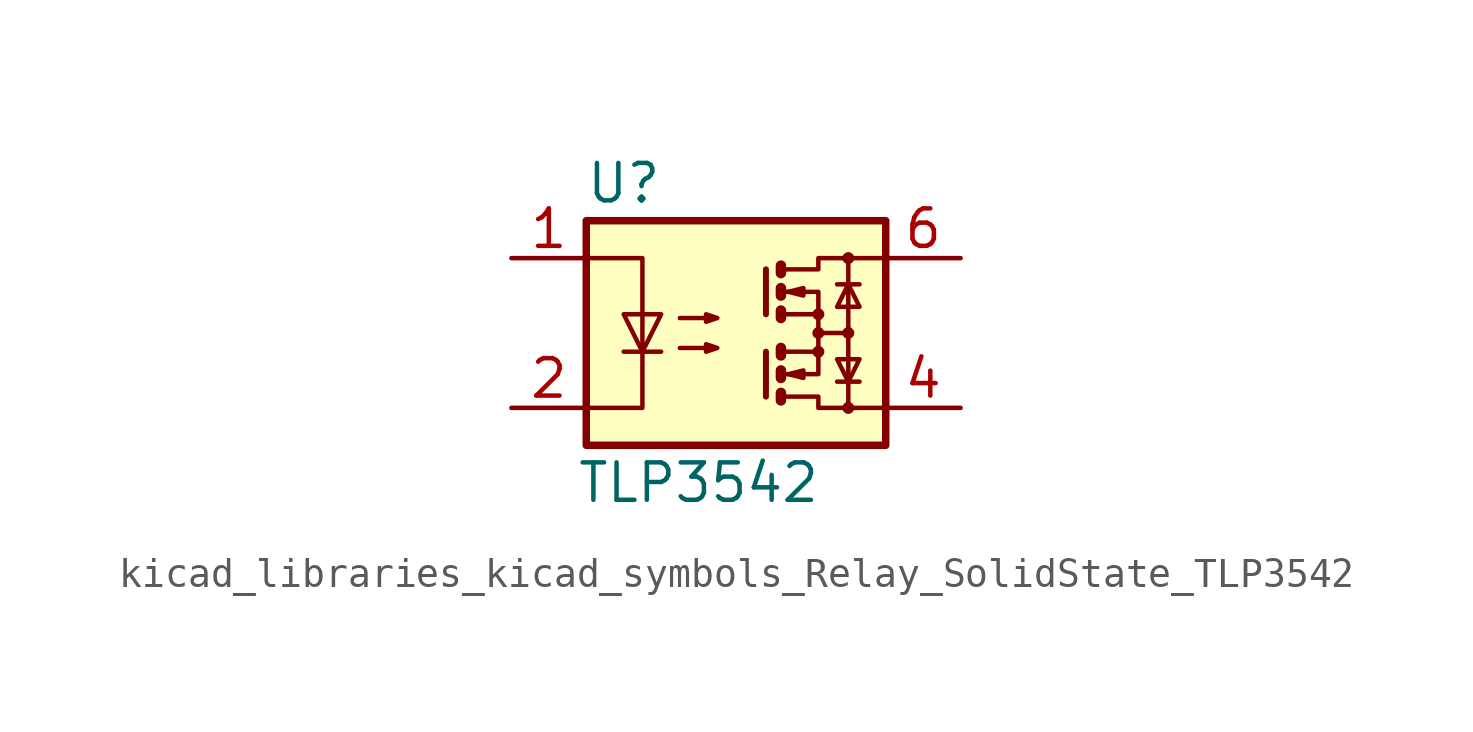
<source format=kicad_sym>
(kicad_symbol_lib
  (version 20220914)
  (generator kicad_symbol_editor)
  (symbol "kicad_libraries_kicad_symbols_Relay_SolidState_TLP3542"
    (property "Reference" "U"
      (at -3.81 5.08 0)
      (effects (font (size 1.27 1.27))))
    (property "Value" "TLP3542"
      (at -1.27 -5.08 0)
      (effects (font (size 1.27 1.27))))
    (symbol "kicad_libraries_kicad_symbols_Relay_SolidState_TLP3542_0_1"
      (rectangle (start -5.08 3.81) (end 5.08 -3.81) (stroke (width 0.254) (type default)) (fill (type background)))
      (polyline (pts (xy -3.81 -0.635) (xy -2.54 -0.635)) (stroke (width 0) (type default)) (fill (type none)))
      (polyline (pts (xy 1.016 -0.635) (xy 1.016 -2.159)) (stroke (width 0.203) (type default)) (fill (type none)))
      (polyline (pts (xy 1.016 2.159) (xy 1.016 0.635)) (stroke (width 0.203) (type default)) (fill (type none)))
      (polyline (pts (xy 1.524 -0.508) (xy 1.524 -0.762)) (stroke (width 0.356) (type default)) (fill (type none)))
      (polyline (pts (xy 2.794 0) (xy 3.81 0)) (stroke (width 0) (type default)) (fill (type none)))
      (polyline (pts (xy 3.429 -1.651) (xy 4.191 -1.651)) (stroke (width 0) (type default)) (fill (type none)))
      (polyline (pts (xy 3.429 1.651) (xy 4.191 1.651)) (stroke (width 0) (type default)) (fill (type none)))
      (polyline (pts (xy 3.81 -2.54) (xy 3.81 2.54)) (stroke (width 0) (type default)) (fill (type none)))
      (polyline (pts (xy 1.524 -2.032) (xy 1.524 -2.286) (xy 1.524 -2.286)) (stroke (width 0.356) (type default)) (fill (type none)))
      (polyline (pts (xy 1.524 -1.27) (xy 1.524 -1.524) (xy 1.524 -1.524)) (stroke (width 0.356) (type default)) (fill (type none)))
      (polyline (pts (xy 1.524 0.762) (xy 1.524 0.508) (xy 1.524 0.508)) (stroke (width 0.356) (type default)) (fill (type none)))
      (polyline (pts (xy 1.524 1.524) (xy 1.524 1.27) (xy 1.524 1.27)) (stroke (width 0.356) (type default)) (fill (type none)))
      (polyline (pts (xy 1.524 2.286) (xy 1.524 2.032) (xy 1.524 2.032)) (stroke (width 0.356) (type default)) (fill (type none)))
      (polyline (pts (xy 1.651 -1.397) (xy 2.794 -1.397) (xy 2.794 -0.635)) (stroke (width 0) (type default)) (fill (type none)))
      (polyline (pts (xy 1.651 1.397) (xy 2.794 1.397) (xy 2.794 0.635)) (stroke (width 0) (type default)) (fill (type none)))
      (polyline (pts (xy -5.08 2.54) (xy -3.175 2.54) (xy -3.175 -2.54) (xy -5.08 -2.54)) (stroke (width 0) (type default)) (fill (type none)))
      (polyline (pts (xy -3.175 -0.635) (xy -3.81 0.635) (xy -2.54 0.635) (xy -3.175 -0.635)) (stroke (width 0) (type default)) (fill (type none)))
      (polyline (pts (xy 1.651 -2.159) (xy 2.794 -2.159) (xy 2.794 -2.54) (xy 5.08 -2.54)) (stroke (width 0) (type default)) (fill (type none)))
      (polyline (pts (xy 1.651 -0.635) (xy 2.794 -0.635) (xy 2.794 0.635) (xy 1.651 0.635)) (stroke (width 0) (type default)) (fill (type none)))
      (polyline (pts (xy 1.651 2.159) (xy 2.794 2.159) (xy 2.794 2.54) (xy 5.08 2.54)) (stroke (width 0) (type default)) (fill (type none)))
      (polyline (pts (xy 1.778 -1.397) (xy 2.286 -1.27) (xy 2.286 -1.524) (xy 1.778 -1.397)) (stroke (width 0) (type default)) (fill (type none)))
      (polyline (pts (xy 1.778 1.397) (xy 2.286 1.524) (xy 2.286 1.27) (xy 1.778 1.397)) (stroke (width 0) (type default)) (fill (type none)))
      (polyline (pts (xy 3.81 -1.651) (xy 3.429 -0.889) (xy 4.191 -0.889) (xy 3.81 -1.651)) (stroke (width 0) (type default)) (fill (type none)))
      (polyline (pts (xy 3.81 1.651) (xy 3.429 0.889) (xy 4.191 0.889) (xy 3.81 1.651)) (stroke (width 0) (type default)) (fill (type none)))
      (polyline (pts (xy -1.905 -0.508) (xy -0.635 -0.508) (xy -1.016 -0.635) (xy -1.016 -0.381) (xy -0.635 -0.508)) (stroke (width 0) (type default)) (fill (type none)))
      (polyline (pts (xy -1.905 0.508) (xy -0.635 0.508) (xy -1.016 0.381) (xy -1.016 0.635) (xy -0.635 0.508)) (stroke (width 0) (type default)) (fill (type none)))
      (circle (center 2.794 -0.635) (radius 0.127) (stroke (width 0) (type default)) (fill (type none)))
      (circle (center 2.794 0) (radius 0.127) (stroke (width 0) (type default)) (fill (type none)))
      (circle (center 2.794 0.635) (radius 0.127) (stroke (width 0) (type default)) (fill (type none)))
      (circle (center 3.81 -2.54) (radius 0.127) (stroke (width 0) (type default)) (fill (type none)))
      (circle (center 3.81 0) (radius 0.127) (stroke (width 0) (type default)) (fill (type none)))
      (circle (center 3.81 2.54) (radius 0.127) (stroke (width 0) (type default)) (fill (type none))))
    (symbol "kicad_libraries_kicad_symbols_Relay_SolidState_TLP3542_1_1"
      (pin passive line (at -7.62 2.54 0) (length 2.54) (name "~" (effects (font (size 1.27 1.27)))) (number "1" (effects (font (size 1.27 1.27)))))
      (pin passive line (at -7.62 -2.54 0) (length 2.54) (name "~" (effects (font (size 1.27 1.27)))) (number "2" (effects (font (size 1.27 1.27)))))
      (pin no_connect line (at -5.08 0 0) (length 2.54) hide (name "~" (effects (font (size 1.27 1.27)))) (number "3" (effects (font (size 1.27 1.27)))))
      (pin passive line (at 7.62 -2.54 180) (length 2.54) (name "~" (effects (font (size 1.27 1.27)))) (number "4" (effects (font (size 1.27 1.27)))))
      (pin passive line (at 7.62 2.54 180) (length 2.54) (name "~" (effects (font (size 1.27 1.27)))) (number "6" (effects (font (size 1.27 1.27))))))))
</source>
